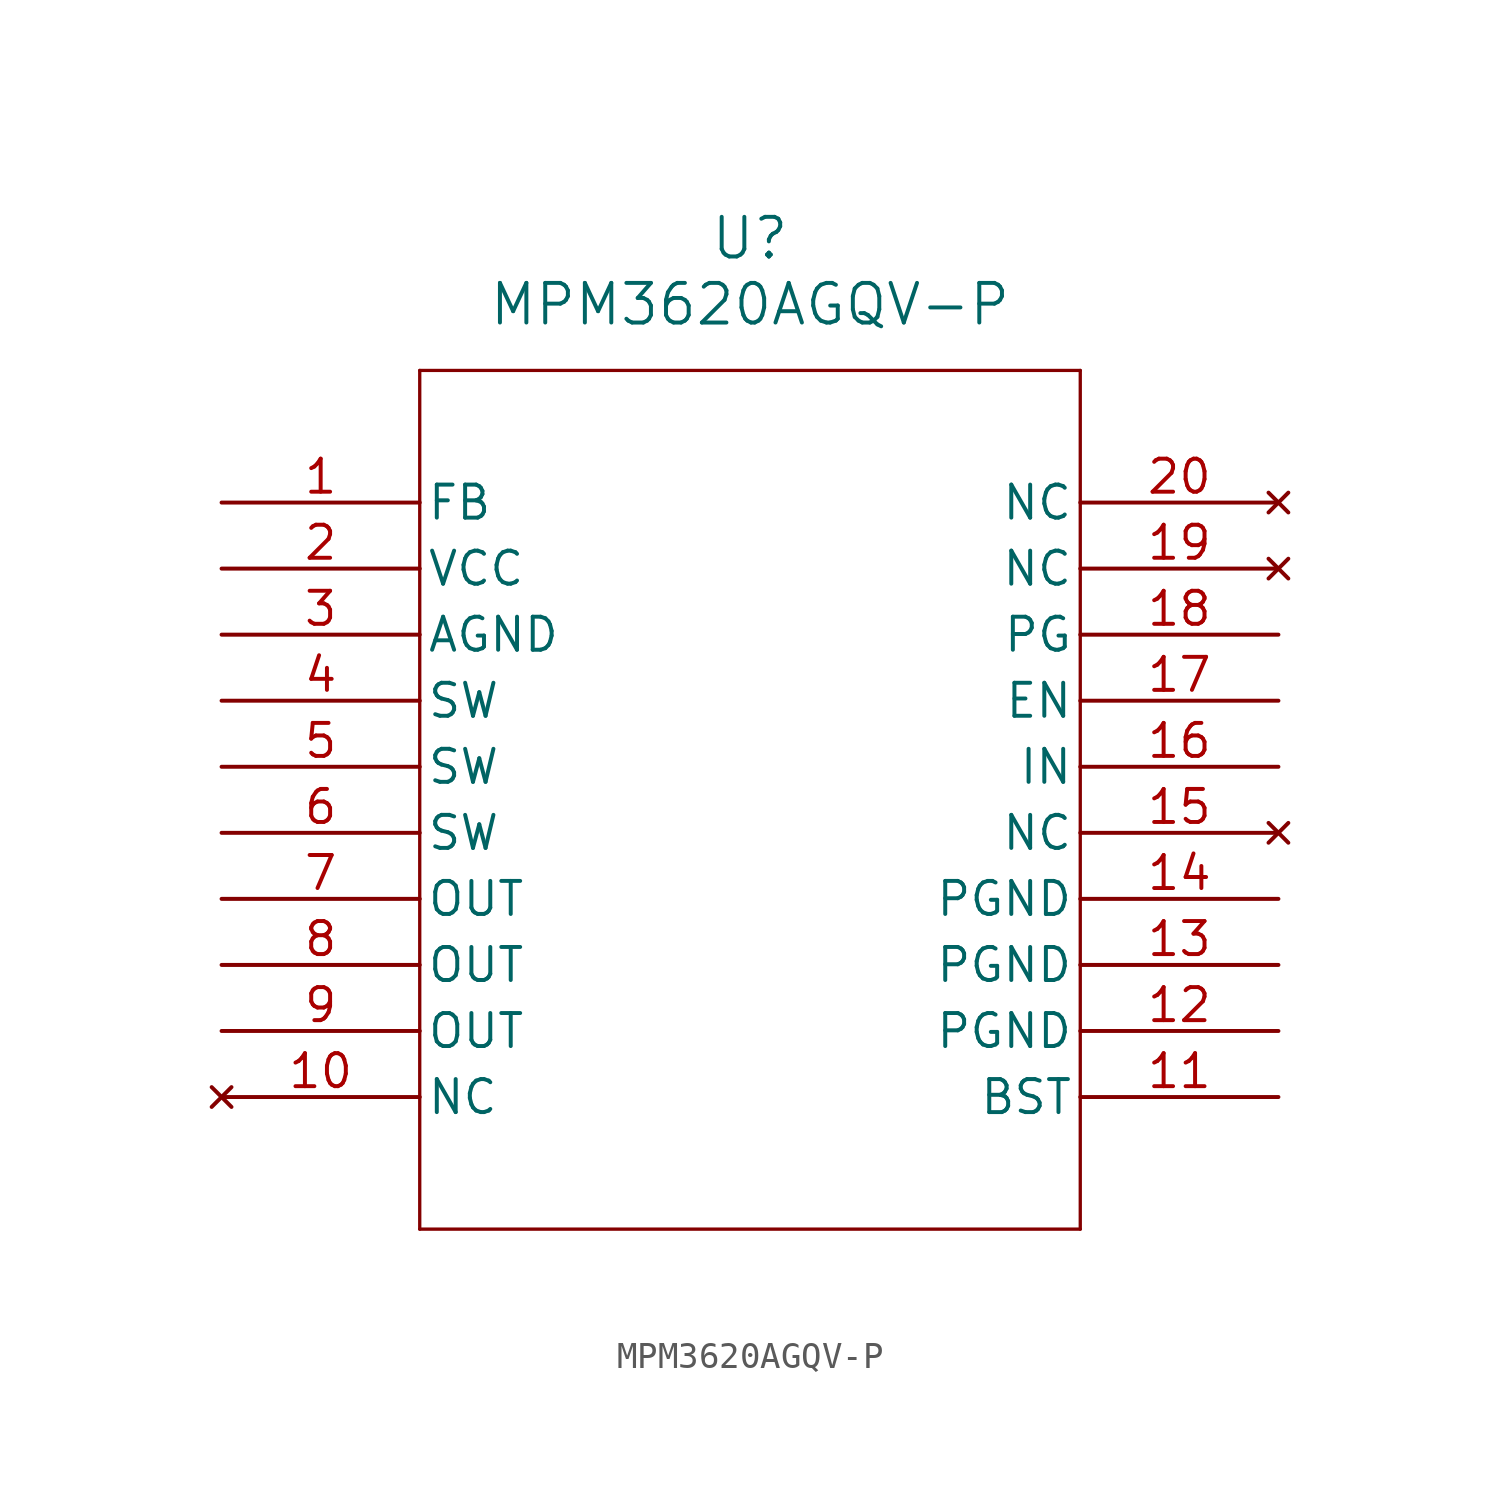
<source format=kicad_sym>
(kicad_symbol_lib
  (version 20211014)
  (generator kicad_symbol_editor)
  (symbol "MPM3620AGQV-P"
    (pin_names
      (offset 0.254))
    (property "Reference" "U"
      (at 20.32 10.16 0)
      (effects (font (size 1.524 1.524))))
    (property "Value" "MPM3620AGQV-P"
      (at 20.32 7.62 0)
      (effects (font (size 1.524 1.524))))
    (symbol "MPM3620AGQV-P_0_1"
      (polyline (pts (xy 7.62 5.08) (xy 7.62 -27.94)) (stroke (width 0.127) (type default) (color 0 0 0 0)) (fill (type none)))
      (polyline (pts (xy 7.62 -27.94) (xy 33.02 -27.94)) (stroke (width 0.127) (type default) (color 0 0 0 0)) (fill (type none)))
      (polyline (pts (xy 33.02 -27.94) (xy 33.02 5.08)) (stroke (width 0.127) (type default) (color 0 0 0 0)) (fill (type none)))
      (polyline (pts (xy 33.02 5.08) (xy 7.62 5.08)) (stroke (width 0.127) (type default) (color 0 0 0 0)) (fill (type none)))
      (pin input line (at 0 0 0) (length 7.62) (name "FB" (effects (font (size 1.27 1.27)))) (number "1" (effects (font (size 1.27 1.27)))))
      (pin power_in line (at 0 -2.54 0) (length 7.62) (name "VCC" (effects (font (size 1.27 1.27)))) (number "2" (effects (font (size 1.27 1.27)))))
      (pin power_out line (at 0 -5.08 0) (length 7.62) (name "AGND" (effects (font (size 1.27 1.27)))) (number "3" (effects (font (size 1.27 1.27)))))
      (pin output line (at 0 -7.62 0) (length 7.62) (name "SW" (effects (font (size 1.27 1.27)))) (number "4" (effects (font (size 1.27 1.27)))))
      (pin output line (at 0 -10.16 0) (length 7.62) (name "SW" (effects (font (size 1.27 1.27)))) (number "5" (effects (font (size 1.27 1.27)))))
      (pin output line (at 0 -12.7 0) (length 7.62) (name "SW" (effects (font (size 1.27 1.27)))) (number "6" (effects (font (size 1.27 1.27)))))
      (pin output line (at 0 -15.24 0) (length 7.62) (name "OUT" (effects (font (size 1.27 1.27)))) (number "7" (effects (font (size 1.27 1.27)))))
      (pin output line (at 0 -17.78 0) (length 7.62) (name "OUT" (effects (font (size 1.27 1.27)))) (number "8" (effects (font (size 1.27 1.27)))))
      (pin output line (at 0 -20.32 0) (length 7.62) (name "OUT" (effects (font (size 1.27 1.27)))) (number "9" (effects (font (size 1.27 1.27)))))
      (pin no_connect line (at 0 -22.86 0) (length 7.62) (name "NC" (effects (font (size 1.27 1.27)))) (number "10" (effects (font (size 1.27 1.27)))))
      (pin unspecified line (at 40.64 -22.86 180) (length 7.62) (name "BST" (effects (font (size 1.27 1.27)))) (number "11" (effects (font (size 1.27 1.27)))))
      (pin power_out line (at 40.64 -20.32 180) (length 7.62) (name "PGND" (effects (font (size 1.27 1.27)))) (number "12" (effects (font (size 1.27 1.27)))))
      (pin power_out line (at 40.64 -17.78 180) (length 7.62) (name "PGND" (effects (font (size 1.27 1.27)))) (number "13" (effects (font (size 1.27 1.27)))))
      (pin power_out line (at 40.64 -15.24 180) (length 7.62) (name "PGND" (effects (font (size 1.27 1.27)))) (number "14" (effects (font (size 1.27 1.27)))))
      (pin no_connect line (at 40.64 -12.7 180) (length 7.62) (name "NC" (effects (font (size 1.27 1.27)))) (number "15" (effects (font (size 1.27 1.27)))))
      (pin power_in line (at 40.64 -10.16 180) (length 7.62) (name "IN" (effects (font (size 1.27 1.27)))) (number "16" (effects (font (size 1.27 1.27)))))
      (pin unspecified line (at 40.64 -7.62 180) (length 7.62) (name "EN" (effects (font (size 1.27 1.27)))) (number "17" (effects (font (size 1.27 1.27)))))
      (pin output line (at 40.64 -5.08 180) (length 7.62) (name "PG" (effects (font (size 1.27 1.27)))) (number "18" (effects (font (size 1.27 1.27)))))
      (pin no_connect line (at 40.64 -2.54 180) (length 7.62) (name "NC" (effects (font (size 1.27 1.27)))) (number "19" (effects (font (size 1.27 1.27)))))
      (pin no_connect line (at 40.64 0 180) (length 7.62) (name "NC" (effects (font (size 1.27 1.27)))) (number "20" (effects (font (size 1.27 1.27))))))))
</source>
